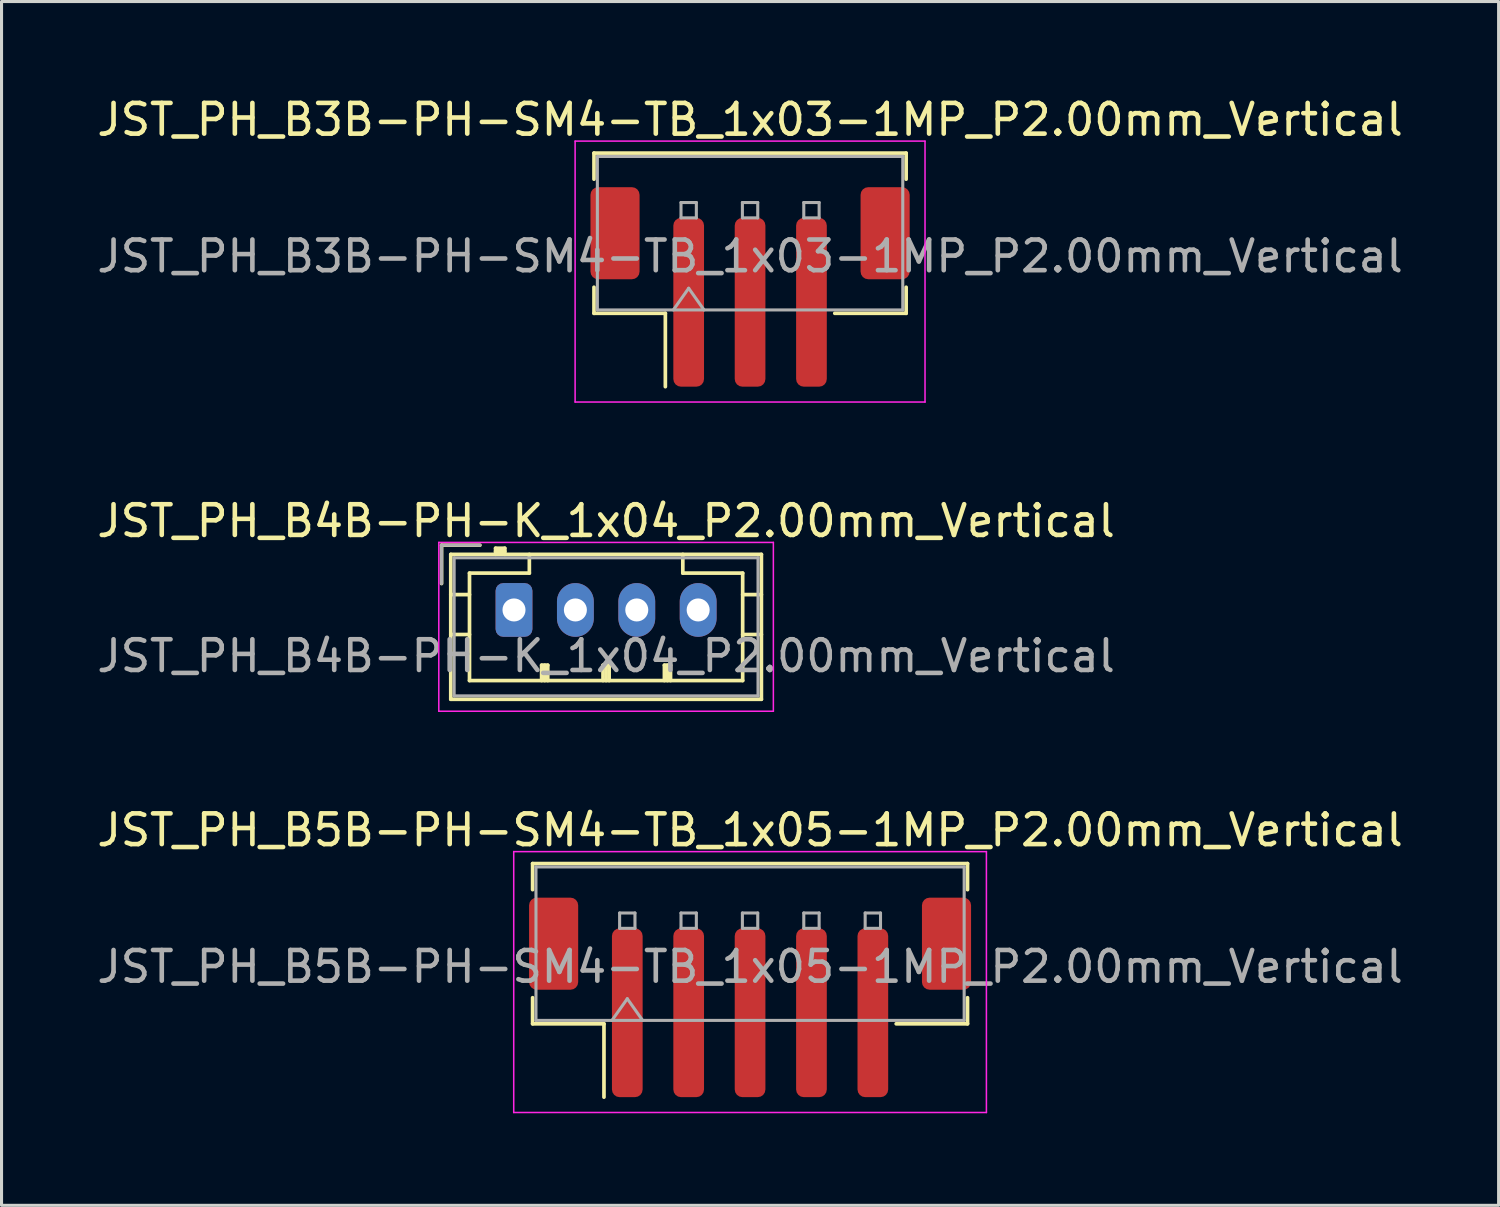
<source format=kicad_pcb>
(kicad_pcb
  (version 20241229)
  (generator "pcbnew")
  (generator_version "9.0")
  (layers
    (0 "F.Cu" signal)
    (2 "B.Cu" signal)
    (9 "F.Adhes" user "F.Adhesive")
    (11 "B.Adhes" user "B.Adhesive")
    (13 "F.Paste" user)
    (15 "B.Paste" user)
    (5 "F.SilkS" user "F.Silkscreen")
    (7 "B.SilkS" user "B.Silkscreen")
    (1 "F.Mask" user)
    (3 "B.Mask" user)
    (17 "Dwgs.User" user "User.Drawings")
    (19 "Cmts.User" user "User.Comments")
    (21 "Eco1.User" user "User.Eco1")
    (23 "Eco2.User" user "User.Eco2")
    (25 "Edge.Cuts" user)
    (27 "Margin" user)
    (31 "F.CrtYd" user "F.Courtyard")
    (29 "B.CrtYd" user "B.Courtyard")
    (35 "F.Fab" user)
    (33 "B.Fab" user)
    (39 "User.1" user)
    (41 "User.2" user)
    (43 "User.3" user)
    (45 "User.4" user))
  (footprint "JST_PH_B3B-PH-SM4-TB_1x03-1MP_P2.00mm_Vertical"
    (layer "F.Cu")
    (at 21.387 6.298)
    (property "Reference" "JST_PH_B3B-PH-SM4-TB_1x03-1MP_P2.00mm_Vertical" (at 0 -5.45 0) (layer "F.SilkS") (effects (font (size 1 1) (thickness 0.15))))
    (attr smd)
    (fp_line (start -5.085 -4.36) (end 5.085 -4.36) (stroke (width 0.12) (type solid)) (layer "F.SilkS"))
    (fp_line (start -5.085 -3.51) (end -5.085 -4.36) (stroke (width 0.12) (type solid)) (layer "F.SilkS"))
    (fp_line (start -5.085 0.01) (end -5.085 0.86) (stroke (width 0.12) (type solid)) (layer "F.SilkS"))
    (fp_line (start -5.085 0.86) (end -2.76 0.86) (stroke (width 0.12) (type solid)) (layer "F.SilkS"))
    (fp_line (start -2.76 0.86) (end -2.76 3.25) (stroke (width 0.12) (type solid)) (layer "F.SilkS"))
    (fp_line (start 5.085 -4.36) (end 5.085 -3.51) (stroke (width 0.12) (type solid)) (layer "F.SilkS"))
    (fp_line (start 5.085 0.01) (end 5.085 0.86) (stroke (width 0.12) (type solid)) (layer "F.SilkS"))
    (fp_line (start 5.085 0.86) (end 2.76 0.86) (stroke (width 0.12) (type solid)) (layer "F.SilkS"))
    (fp_line (start -5.7 -4.75) (end -5.7 3.75) (stroke (width 0.05) (type solid)) (layer "F.CrtYd"))
    (fp_line (start -5.7 3.75) (end 5.7 3.75) (stroke (width 0.05) (type solid)) (layer "F.CrtYd"))
    (fp_line (start 5.7 -4.75) (end -5.7 -4.75) (stroke (width 0.05) (type solid)) (layer "F.CrtYd"))
    (fp_line (start 5.7 3.75) (end 5.7 -4.75) (stroke (width 0.05) (type solid)) (layer "F.CrtYd"))
    (fp_line (start -4.975 -4.25) (end 4.975 -4.25) (stroke (width 0.1) (type solid)) (layer "F.Fab"))
    (fp_line (start -4.975 0.75) (end -4.975 -4.25) (stroke (width 0.1) (type solid)) (layer "F.Fab"))
    (fp_line (start -4.975 0.75) (end 4.975 0.75) (stroke (width 0.1) (type solid)) (layer "F.Fab"))
    (fp_line (start -2.5 0.75) (end -2 0.043) (stroke (width 0.1) (type solid)) (layer "F.Fab"))
    (fp_line (start -2.25 -2.75) (end -2.25 -2.25) (stroke (width 0.1) (type solid)) (layer "F.Fab"))
    (fp_line (start -2.25 -2.25) (end -1.75 -2.25) (stroke (width 0.1) (type solid)) (layer "F.Fab"))
    (fp_line (start -2 0.043) (end -1.5 0.75) (stroke (width 0.1) (type solid)) (layer "F.Fab"))
    (fp_line (start -1.75 -2.75) (end -2.25 -2.75) (stroke (width 0.1) (type solid)) (layer "F.Fab"))
    (fp_line (start -1.75 -2.25) (end -1.75 -2.75) (stroke (width 0.1) (type solid)) (layer "F.Fab"))
    (fp_line (start -0.25 -2.75) (end -0.25 -2.25) (stroke (width 0.1) (type solid)) (layer "F.Fab"))
    (fp_line (start -0.25 -2.25) (end 0.25 -2.25) (stroke (width 0.1) (type solid)) (layer "F.Fab"))
    (fp_line (start 0.25 -2.75) (end -0.25 -2.75) (stroke (width 0.1) (type solid)) (layer "F.Fab"))
    (fp_line (start 0.25 -2.25) (end 0.25 -2.75) (stroke (width 0.1) (type solid)) (layer "F.Fab"))
    (fp_line (start 1.75 -2.75) (end 1.75 -2.25) (stroke (width 0.1) (type solid)) (layer "F.Fab"))
    (fp_line (start 1.75 -2.25) (end 2.25 -2.25) (stroke (width 0.1) (type solid)) (layer "F.Fab"))
    (fp_line (start 2.25 -2.75) (end 1.75 -2.75) (stroke (width 0.1) (type solid)) (layer "F.Fab"))
    (fp_line (start 2.25 -2.25) (end 2.25 -2.75) (stroke (width 0.1) (type solid)) (layer "F.Fab"))
    (fp_line (start 4.975 0.75) (end 4.975 -4.25) (stroke (width 0.1) (type solid)) (layer "F.Fab"))
    (fp_text user "${REFERENCE}" (at 0 -1 0) (layer "F.Fab") (effects (font (size 1 1) (thickness 0.15))))
    (pad "1" smd roundrect (at -2 0.5) (size 1 5.5) (layers "F.Cu" "F.Mask" "F.Paste") (roundrect_rratio 0.25))
    (pad "2" smd roundrect (at 0 0.5) (size 1 5.5) (layers "F.Cu" "F.Mask" "F.Paste") (roundrect_rratio 0.25))
    (pad "3" smd roundrect (at 2 0.5) (size 1 5.5) (layers "F.Cu" "F.Mask" "F.Paste") (roundrect_rratio 0.25))
    (pad "MP" smd roundrect (at -4.4 -1.75) (size 1.6 3) (layers "F.Cu" "F.Mask" "F.Paste") (roundrect_rratio 0.156))
    (pad "MP" smd roundrect (at 4.4 -1.75) (size 1.6 3) (layers "F.Cu" "F.Mask" "F.Paste") (roundrect_rratio 0.156)))
  (footprint "JST_PH_B4B-PH-K_1x04_P2.00mm_Vertical"
    (layer "F.Cu")
    (at 13.696 16.822)
    (property "Reference" "JST_PH_B4B-PH-K_1x04_P2.00mm_Vertical" (at 3 -2.9 0) (layer "F.SilkS") (effects (font (size 1 1) (thickness 0.15))))
    (attr through_hole)
    (fp_line (start -2.36 -2.11) (end -2.36 -0.86) (stroke (width 0.12) (type solid)) (layer "F.SilkS"))
    (fp_line (start -2.06 -1.81) (end -2.06 2.91) (stroke (width 0.12) (type solid)) (layer "F.SilkS"))
    (fp_line (start -2.06 -0.5) (end -1.45 -0.5) (stroke (width 0.12) (type solid)) (layer "F.SilkS"))
    (fp_line (start -2.06 0.8) (end -1.45 0.8) (stroke (width 0.12) (type solid)) (layer "F.SilkS"))
    (fp_line (start -2.06 2.91) (end 8.06 2.91) (stroke (width 0.12) (type solid)) (layer "F.SilkS"))
    (fp_line (start -1.45 -1.2) (end -1.45 2.3) (stroke (width 0.12) (type solid)) (layer "F.SilkS"))
    (fp_line (start -1.45 2.3) (end 7.45 2.3) (stroke (width 0.12) (type solid)) (layer "F.SilkS"))
    (fp_line (start -1.11 -2.11) (end -2.36 -2.11) (stroke (width 0.12) (type solid)) (layer "F.SilkS"))
    (fp_line (start -0.6 -2.01) (end -0.6 -1.81) (stroke (width 0.12) (type solid)) (layer "F.SilkS"))
    (fp_line (start -0.3 -2.01) (end -0.6 -2.01) (stroke (width 0.12) (type solid)) (layer "F.SilkS"))
    (fp_line (start -0.3 -1.91) (end -0.6 -1.91) (stroke (width 0.12) (type solid)) (layer "F.SilkS"))
    (fp_line (start -0.3 -1.81) (end -0.3 -2.01) (stroke (width 0.12) (type solid)) (layer "F.SilkS"))
    (fp_line (start 0.5 -1.81) (end 0.5 -1.2) (stroke (width 0.12) (type solid)) (layer "F.SilkS"))
    (fp_line (start 0.5 -1.2) (end -1.45 -1.2) (stroke (width 0.12) (type solid)) (layer "F.SilkS"))
    (fp_line (start 0.9 1.8) (end 1.1 1.8) (stroke (width 0.12) (type solid)) (layer "F.SilkS"))
    (fp_line (start 0.9 2.3) (end 0.9 1.8) (stroke (width 0.12) (type solid)) (layer "F.SilkS"))
    (fp_line (start 1 2.3) (end 1 1.8) (stroke (width 0.12) (type solid)) (layer "F.SilkS"))
    (fp_line (start 1.1 1.8) (end 1.1 2.3) (stroke (width 0.12) (type solid)) (layer "F.SilkS"))
    (fp_line (start 2.9 1.8) (end 3.1 1.8) (stroke (width 0.12) (type solid)) (layer "F.SilkS"))
    (fp_line (start 2.9 2.3) (end 2.9 1.8) (stroke (width 0.12) (type solid)) (layer "F.SilkS"))
    (fp_line (start 3 2.3) (end 3 1.8) (stroke (width 0.12) (type solid)) (layer "F.SilkS"))
    (fp_line (start 3.1 1.8) (end 3.1 2.3) (stroke (width 0.12) (type solid)) (layer "F.SilkS"))
    (fp_line (start 4.9 1.8) (end 5.1 1.8) (stroke (width 0.12) (type solid)) (layer "F.SilkS"))
    (fp_line (start 4.9 2.3) (end 4.9 1.8) (stroke (width 0.12) (type solid)) (layer "F.SilkS"))
    (fp_line (start 5 2.3) (end 5 1.8) (stroke (width 0.12) (type solid)) (layer "F.SilkS"))
    (fp_line (start 5.1 1.8) (end 5.1 2.3) (stroke (width 0.12) (type solid)) (layer "F.SilkS"))
    (fp_line (start 5.5 -1.2) (end 5.5 -1.81) (stroke (width 0.12) (type solid)) (layer "F.SilkS"))
    (fp_line (start 7.45 -1.2) (end 5.5 -1.2) (stroke (width 0.12) (type solid)) (layer "F.SilkS"))
    (fp_line (start 7.45 2.3) (end 7.45 -1.2) (stroke (width 0.12) (type solid)) (layer "F.SilkS"))
    (fp_line (start 8.06 -1.81) (end -2.06 -1.81) (stroke (width 0.12) (type solid)) (layer "F.SilkS"))
    (fp_line (start 8.06 -0.5) (end 7.45 -0.5) (stroke (width 0.12) (type solid)) (layer "F.SilkS"))
    (fp_line (start 8.06 0.8) (end 7.45 0.8) (stroke (width 0.12) (type solid)) (layer "F.SilkS"))
    (fp_line (start 8.06 2.91) (end 8.06 -1.81) (stroke (width 0.12) (type solid)) (layer "F.SilkS"))
    (fp_line (start -2.45 -2.2) (end -2.45 3.3) (stroke (width 0.05) (type solid)) (layer "F.CrtYd"))
    (fp_line (start -2.45 3.3) (end 8.45 3.3) (stroke (width 0.05) (type solid)) (layer "F.CrtYd"))
    (fp_line (start 8.45 -2.2) (end -2.45 -2.2) (stroke (width 0.05) (type solid)) (layer "F.CrtYd"))
    (fp_line (start 8.45 3.3) (end 8.45 -2.2) (stroke (width 0.05) (type solid)) (layer "F.CrtYd"))
    (fp_line (start -2.36 -2.11) (end -2.36 -0.86) (stroke (width 0.1) (type solid)) (layer "F.Fab"))
    (fp_line (start -1.95 -1.7) (end -1.95 2.8) (stroke (width 0.1) (type solid)) (layer "F.Fab"))
    (fp_line (start -1.95 2.8) (end 7.95 2.8) (stroke (width 0.1) (type solid)) (layer "F.Fab"))
    (fp_line (start -1.11 -2.11) (end -2.36 -2.11) (stroke (width 0.1) (type solid)) (layer "F.Fab"))
    (fp_line (start 7.95 -1.7) (end -1.95 -1.7) (stroke (width 0.1) (type solid)) (layer "F.Fab"))
    (fp_line (start 7.95 2.8) (end 7.95 -1.7) (stroke (width 0.1) (type solid)) (layer "F.Fab"))
    (fp_text user "${REFERENCE}" (at 3 1.5 0) (layer "F.Fab") (effects (font (size 1 1) (thickness 0.15))))
    (pad "1" thru_hole roundrect (at 0 0) (size 1.2 1.75) (drill 0.75) (layers "*.Cu" "*.Mask") (roundrect_rratio 0.208))
    (pad "2" thru_hole oval (at 2 0) (size 1.2 1.75) (drill 0.75) (layers "*.Cu" "*.Mask"))
    (pad "3" thru_hole oval (at 4 0) (size 1.2 1.75) (drill 0.75) (layers "*.Cu" "*.Mask"))
    (pad "4" thru_hole oval (at 6 0) (size 1.2 1.75) (drill 0.75) (layers "*.Cu" "*.Mask")))
  (footprint "JST_PH_B5B-PH-SM4-TB_1x05-1MP_P2.00mm_Vertical"
    (layer "F.Cu")
    (at 21.387 29.445)
    (property "Reference" "JST_PH_B5B-PH-SM4-TB_1x05-1MP_P2.00mm_Vertical" (at 0 -5.45 0) (layer "F.SilkS") (effects (font (size 1 1) (thickness 0.15))))
    (attr smd)
    (fp_line (start -7.085 -4.36) (end 7.085 -4.36) (stroke (width 0.12) (type solid)) (layer "F.SilkS"))
    (fp_line (start -7.085 -3.51) (end -7.085 -4.36) (stroke (width 0.12) (type solid)) (layer "F.SilkS"))
    (fp_line (start -7.085 0.01) (end -7.085 0.86) (stroke (width 0.12) (type solid)) (layer "F.SilkS"))
    (fp_line (start -7.085 0.86) (end -4.76 0.86) (stroke (width 0.12) (type solid)) (layer "F.SilkS"))
    (fp_line (start -4.76 0.86) (end -4.76 3.25) (stroke (width 0.12) (type solid)) (layer "F.SilkS"))
    (fp_line (start 7.085 -4.36) (end 7.085 -3.51) (stroke (width 0.12) (type solid)) (layer "F.SilkS"))
    (fp_line (start 7.085 0.01) (end 7.085 0.86) (stroke (width 0.12) (type solid)) (layer "F.SilkS"))
    (fp_line (start 7.085 0.86) (end 4.76 0.86) (stroke (width 0.12) (type solid)) (layer "F.SilkS"))
    (fp_line (start -7.7 -4.75) (end -7.7 3.75) (stroke (width 0.05) (type solid)) (layer "F.CrtYd"))
    (fp_line (start -7.7 3.75) (end 7.7 3.75) (stroke (width 0.05) (type solid)) (layer "F.CrtYd"))
    (fp_line (start 7.7 -4.75) (end -7.7 -4.75) (stroke (width 0.05) (type solid)) (layer "F.CrtYd"))
    (fp_line (start 7.7 3.75) (end 7.7 -4.75) (stroke (width 0.05) (type solid)) (layer "F.CrtYd"))
    (fp_line (start -6.975 -4.25) (end 6.975 -4.25) (stroke (width 0.1) (type solid)) (layer "F.Fab"))
    (fp_line (start -6.975 0.75) (end -6.975 -4.25) (stroke (width 0.1) (type solid)) (layer "F.Fab"))
    (fp_line (start -6.975 0.75) (end 6.975 0.75) (stroke (width 0.1) (type solid)) (layer "F.Fab"))
    (fp_line (start -4.5 0.75) (end -4 0.043) (stroke (width 0.1) (type solid)) (layer "F.Fab"))
    (fp_line (start -4.25 -2.75) (end -4.25 -2.25) (stroke (width 0.1) (type solid)) (layer "F.Fab"))
    (fp_line (start -4.25 -2.25) (end -3.75 -2.25) (stroke (width 0.1) (type solid)) (layer "F.Fab"))
    (fp_line (start -4 0.043) (end -3.5 0.75) (stroke (width 0.1) (type solid)) (layer "F.Fab"))
    (fp_line (start -3.75 -2.75) (end -4.25 -2.75) (stroke (width 0.1) (type solid)) (layer "F.Fab"))
    (fp_line (start -3.75 -2.25) (end -3.75 -2.75) (stroke (width 0.1) (type solid)) (layer "F.Fab"))
    (fp_line (start -2.25 -2.75) (end -2.25 -2.25) (stroke (width 0.1) (type solid)) (layer "F.Fab"))
    (fp_line (start -2.25 -2.25) (end -1.75 -2.25) (stroke (width 0.1) (type solid)) (layer "F.Fab"))
    (fp_line (start -1.75 -2.75) (end -2.25 -2.75) (stroke (width 0.1) (type solid)) (layer "F.Fab"))
    (fp_line (start -1.75 -2.25) (end -1.75 -2.75) (stroke (width 0.1) (type solid)) (layer "F.Fab"))
    (fp_line (start -0.25 -2.75) (end -0.25 -2.25) (stroke (width 0.1) (type solid)) (layer "F.Fab"))
    (fp_line (start -0.25 -2.25) (end 0.25 -2.25) (stroke (width 0.1) (type solid)) (layer "F.Fab"))
    (fp_line (start 0.25 -2.75) (end -0.25 -2.75) (stroke (width 0.1) (type solid)) (layer "F.Fab"))
    (fp_line (start 0.25 -2.25) (end 0.25 -2.75) (stroke (width 0.1) (type solid)) (layer "F.Fab"))
    (fp_line (start 1.75 -2.75) (end 1.75 -2.25) (stroke (width 0.1) (type solid)) (layer "F.Fab"))
    (fp_line (start 1.75 -2.25) (end 2.25 -2.25) (stroke (width 0.1) (type solid)) (layer "F.Fab"))
    (fp_line (start 2.25 -2.75) (end 1.75 -2.75) (stroke (width 0.1) (type solid)) (layer "F.Fab"))
    (fp_line (start 2.25 -2.25) (end 2.25 -2.75) (stroke (width 0.1) (type solid)) (layer "F.Fab"))
    (fp_line (start 3.75 -2.75) (end 3.75 -2.25) (stroke (width 0.1) (type solid)) (layer "F.Fab"))
    (fp_line (start 3.75 -2.25) (end 4.25 -2.25) (stroke (width 0.1) (type solid)) (layer "F.Fab"))
    (fp_line (start 4.25 -2.75) (end 3.75 -2.75) (stroke (width 0.1) (type solid)) (layer "F.Fab"))
    (fp_line (start 4.25 -2.25) (end 4.25 -2.75) (stroke (width 0.1) (type solid)) (layer "F.Fab"))
    (fp_line (start 6.975 0.75) (end 6.975 -4.25) (stroke (width 0.1) (type solid)) (layer "F.Fab"))
    (fp_text user "${REFERENCE}" (at 0 -1 0) (layer "F.Fab") (effects (font (size 1 1) (thickness 0.15))))
    (pad "1" smd roundrect (at -4 0.5) (size 1 5.5) (layers "F.Cu" "F.Mask" "F.Paste") (roundrect_rratio 0.25))
    (pad "2" smd roundrect (at -2 0.5) (size 1 5.5) (layers "F.Cu" "F.Mask" "F.Paste") (roundrect_rratio 0.25))
    (pad "3" smd roundrect (at 0 0.5) (size 1 5.5) (layers "F.Cu" "F.Mask" "F.Paste") (roundrect_rratio 0.25))
    (pad "4" smd roundrect (at 2 0.5) (size 1 5.5) (layers "F.Cu" "F.Mask" "F.Paste") (roundrect_rratio 0.25))
    (pad "5" smd roundrect (at 4 0.5) (size 1 5.5) (layers "F.Cu" "F.Mask" "F.Paste") (roundrect_rratio 0.25))
    (pad "MP" smd roundrect (at -6.4 -1.75) (size 1.6 3) (layers "F.Cu" "F.Mask" "F.Paste") (roundrect_rratio 0.156))
    (pad "MP" smd roundrect (at 6.4 -1.75) (size 1.6 3) (layers "F.Cu" "F.Mask" "F.Paste") (roundrect_rratio 0.156)))
  (gr_rect
    (start -3 -3)
    (end 45.774 36.22)
    (stroke (width 0.1) (type default))
    (fill no)
    (layer "Edge.Cuts")))
</source>
